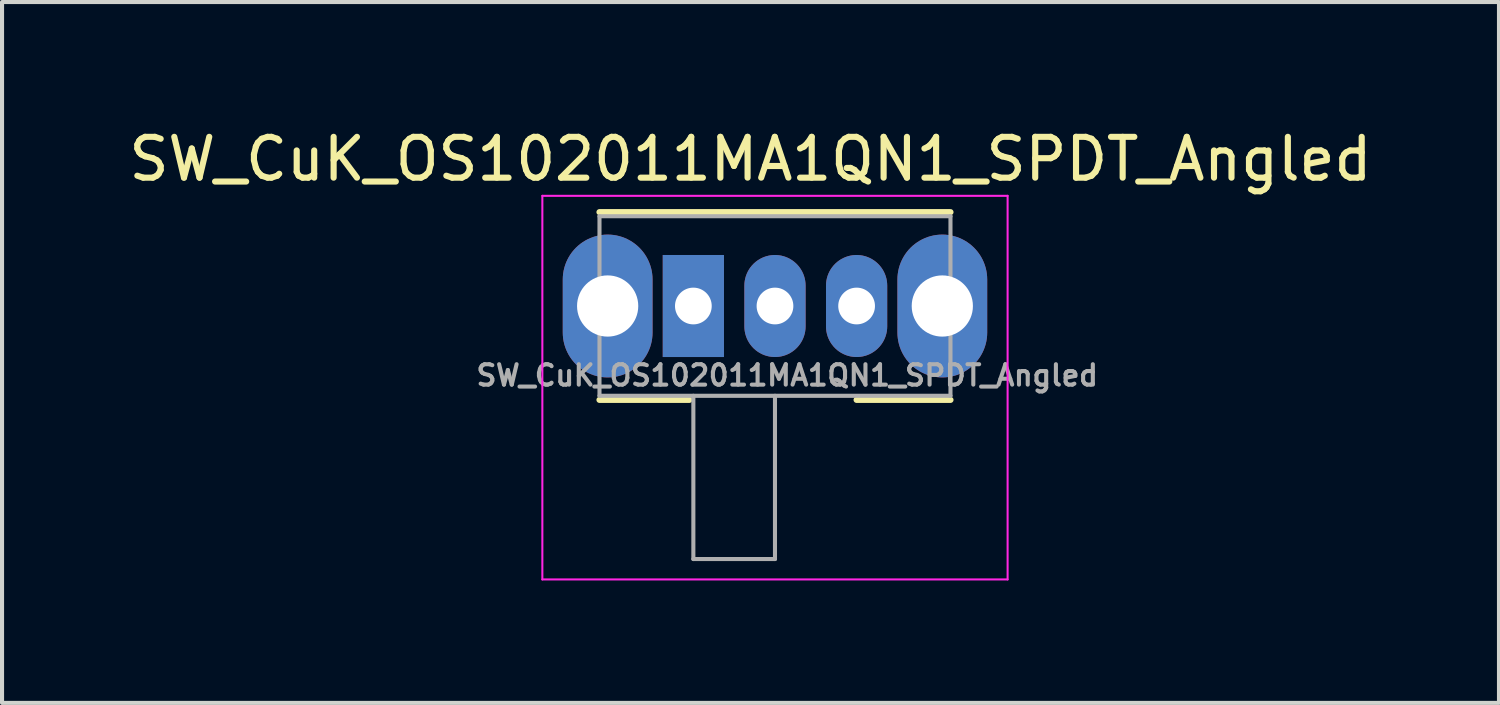
<source format=kicad_pcb>
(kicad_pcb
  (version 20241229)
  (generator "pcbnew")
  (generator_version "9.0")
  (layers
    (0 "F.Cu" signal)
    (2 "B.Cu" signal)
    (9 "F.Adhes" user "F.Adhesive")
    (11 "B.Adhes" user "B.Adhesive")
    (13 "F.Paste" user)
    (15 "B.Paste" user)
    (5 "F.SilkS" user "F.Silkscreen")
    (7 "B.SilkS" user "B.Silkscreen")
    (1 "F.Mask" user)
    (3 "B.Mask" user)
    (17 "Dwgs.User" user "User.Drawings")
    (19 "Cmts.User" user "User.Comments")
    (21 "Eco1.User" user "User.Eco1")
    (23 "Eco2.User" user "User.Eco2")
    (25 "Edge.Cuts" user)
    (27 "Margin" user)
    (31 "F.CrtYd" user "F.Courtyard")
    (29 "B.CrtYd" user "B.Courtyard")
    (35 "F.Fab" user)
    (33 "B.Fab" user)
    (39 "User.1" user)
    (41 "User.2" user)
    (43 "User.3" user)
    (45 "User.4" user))
  (footprint "SW_CuK_OS102011MA1QN1_SPDT_Angled"
    (layer "F.Cu")
    (at 13.939 4.448)
    (property "Reference" "SW_CuK_OS102011MA1QN1_SPDT_Angled" (at 1.4 -3.6 0) (layer "F.SilkS") (effects (font (size 1 1) (thickness 0.15))))
    (attr through_hole)
    (fp_line (start -2.3 -2.3) (end 6.3 -2.3) (stroke (width 0.15) (type solid)) (layer "F.SilkS"))
    (fp_line (start -2.3 2.3) (end -0.1 2.3) (stroke (width 0.15) (type solid)) (layer "F.SilkS"))
    (fp_line (start 4 2.3) (end 6.3 2.3) (stroke (width 0.15) (type solid)) (layer "F.SilkS"))
    (fp_line (start -3.7 -2.7) (end 7.7 -2.7) (stroke (width 0.05) (type solid)) (layer "F.CrtYd"))
    (fp_line (start -3.7 6.7) (end -3.7 -2.7) (stroke (width 0.05) (type solid)) (layer "F.CrtYd"))
    (fp_line (start 7.7 -2.7) (end 7.7 6.7) (stroke (width 0.05) (type solid)) (layer "F.CrtYd"))
    (fp_line (start 7.7 6.7) (end -3.7 6.7) (stroke (width 0.05) (type solid)) (layer "F.CrtYd"))
    (fp_line (start -2.3 -2.2) (end -2.3 2.2) (stroke (width 0.1) (type solid)) (layer "F.Fab"))
    (fp_line (start -2.3 -2.2) (end 6.3 -2.2) (stroke (width 0.1) (type solid)) (layer "F.Fab"))
    (fp_line (start -2.3 2.2) (end 6.3 2.2) (stroke (width 0.1) (type solid)) (layer "F.Fab"))
    (fp_line (start 0 6.2) (end 0 2.2) (stroke (width 0.1) (type solid)) (layer "F.Fab"))
    (fp_line (start 2 2.2) (end 2 6.2) (stroke (width 0.1) (type solid)) (layer "F.Fab"))
    (fp_line (start 2 6.2) (end 0 6.2) (stroke (width 0.1) (type solid)) (layer "F.Fab"))
    (fp_line (start 6.3 2.2) (end 6.3 -2.2) (stroke (width 0.1) (type solid)) (layer "F.Fab"))
    (fp_text user "${REFERENCE}" (at 2.3 1.7 0) (layer "F.Fab") (effects (font (size 0.5 0.5) (thickness 0.1))))
    (pad "" thru_hole oval (at -2.1 0) (size 2.2 3.5) (drill 1.5) (layers "*.Cu" "*.Mask"))
    (pad "" thru_hole oval (at 6.1 0) (size 2.2 3.5) (drill 1.5) (layers "*.Cu" "*.Mask"))
    (pad "1" thru_hole rect (at 0 0) (size 1.5 2.5) (drill 0.9) (layers "*.Cu" "*.Mask"))
    (pad "2" thru_hole oval (at 2 0) (size 1.5 2.5) (drill 0.9) (layers "*.Cu" "*.Mask"))
    (pad "3" thru_hole oval (at 4 0) (size 1.5 2.5) (drill 0.9) (layers "*.Cu" "*.Mask")))
  (gr_rect
    (start -3 -3)
    (end 33.679 14.173)
    (stroke (width 0.1) (type default))
    (fill no)
    (layer "Edge.Cuts")))
</source>
